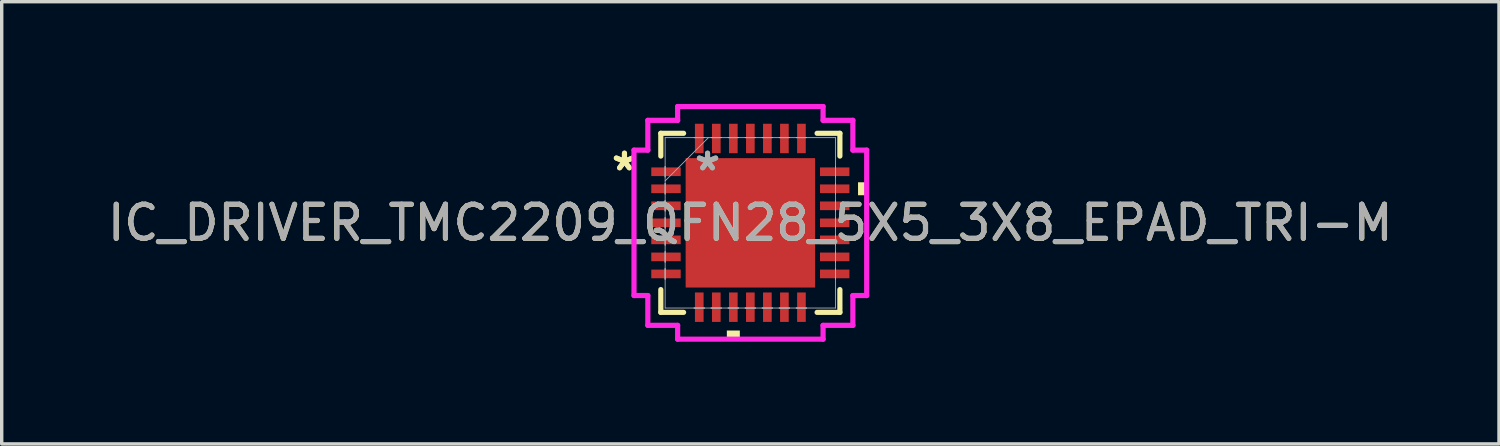
<source format=kicad_pcb>
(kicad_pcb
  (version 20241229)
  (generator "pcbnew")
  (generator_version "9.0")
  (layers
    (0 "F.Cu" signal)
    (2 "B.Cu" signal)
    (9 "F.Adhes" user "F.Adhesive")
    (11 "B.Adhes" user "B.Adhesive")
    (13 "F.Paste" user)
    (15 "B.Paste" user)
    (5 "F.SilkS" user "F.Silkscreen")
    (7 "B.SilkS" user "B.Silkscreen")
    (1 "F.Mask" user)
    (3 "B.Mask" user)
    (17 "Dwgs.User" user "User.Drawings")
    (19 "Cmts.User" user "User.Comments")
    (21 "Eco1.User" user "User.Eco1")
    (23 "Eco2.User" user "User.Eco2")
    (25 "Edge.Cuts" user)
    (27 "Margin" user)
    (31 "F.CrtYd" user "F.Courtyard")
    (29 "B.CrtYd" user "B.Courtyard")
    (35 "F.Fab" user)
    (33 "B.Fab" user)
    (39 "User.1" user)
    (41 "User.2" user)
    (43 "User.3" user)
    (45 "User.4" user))
  (footprint "IC_DRIVER_TMC2209_QFN28_5X5_3X8_EPAD_TRI-M"
    (layer "F.Cu")
    (at 18.982 3.493)
    (property "Reference" "IC_DRIVER_TMC2209_QFN28_5X5_3X8_EPAD_TRI-M" (at 0 0 0) (unlocked yes) (layer "F.SilkS") (effects (font (size 1 1) (thickness 0.15))))
    (attr smd)
    (fp_line (start -2.629 -2.629) (end -2.629 -1.96) (stroke (width 0.152) (type solid)) (layer "F.SilkS"))
    (fp_line (start -2.629 1.96) (end -2.629 2.629) (stroke (width 0.152) (type solid)) (layer "F.SilkS"))
    (fp_line (start -2.629 2.629) (end -1.96 2.629) (stroke (width 0.152) (type solid)) (layer "F.SilkS"))
    (fp_line (start -1.96 -2.629) (end -2.629 -2.629) (stroke (width 0.152) (type solid)) (layer "F.SilkS"))
    (fp_line (start 1.96 2.629) (end 2.629 2.629) (stroke (width 0.152) (type solid)) (layer "F.SilkS"))
    (fp_line (start 2.629 -2.629) (end 1.96 -2.629) (stroke (width 0.152) (type solid)) (layer "F.SilkS"))
    (fp_line (start 2.629 -1.96) (end 2.629 -2.629) (stroke (width 0.152) (type solid)) (layer "F.SilkS"))
    (fp_line (start 2.629 2.629) (end 2.629 1.96) (stroke (width 0.152) (type solid)) (layer "F.SilkS"))
    (fp_poly (pts (xy -0.69 3.162) (xy -0.69 3.416) (xy -0.309 3.416) (xy -0.309 3.162)) (stroke (width 0) (type solid)) (fill yes) (layer "F.SilkS"))
    (fp_poly (pts (xy 3.416 -1.191) (xy 3.416 -0.81) (xy 3.162 -0.81) (xy 3.162 -1.191)) (stroke (width 0) (type solid)) (fill yes) (layer "F.SilkS"))
    (fp_line (start -3.416 -2.135) (end -3.01 -2.135) (stroke (width 0.152) (type solid)) (layer "F.CrtYd"))
    (fp_line (start -3.416 2.135) (end -3.416 -2.135) (stroke (width 0.152) (type solid)) (layer "F.CrtYd"))
    (fp_line (start -3.01 -3.01) (end -2.135 -3.01) (stroke (width 0.152) (type solid)) (layer "F.CrtYd"))
    (fp_line (start -3.01 -2.135) (end -3.01 -3.01) (stroke (width 0.152) (type solid)) (layer "F.CrtYd"))
    (fp_line (start -3.01 2.135) (end -3.416 2.135) (stroke (width 0.152) (type solid)) (layer "F.CrtYd"))
    (fp_line (start -3.01 3.01) (end -3.01 2.135) (stroke (width 0.152) (type solid)) (layer "F.CrtYd"))
    (fp_line (start -2.135 -3.416) (end 2.135 -3.416) (stroke (width 0.152) (type solid)) (layer "F.CrtYd"))
    (fp_line (start -2.135 -3.01) (end -2.135 -3.416) (stroke (width 0.152) (type solid)) (layer "F.CrtYd"))
    (fp_line (start -2.135 3.01) (end -3.01 3.01) (stroke (width 0.152) (type solid)) (layer "F.CrtYd"))
    (fp_line (start -2.135 3.416) (end -2.135 3.01) (stroke (width 0.152) (type solid)) (layer "F.CrtYd"))
    (fp_line (start 2.135 -3.416) (end 2.135 -3.01) (stroke (width 0.152) (type solid)) (layer "F.CrtYd"))
    (fp_line (start 2.135 -3.01) (end 3.01 -3.01) (stroke (width 0.152) (type solid)) (layer "F.CrtYd"))
    (fp_line (start 2.135 3.01) (end 2.135 3.416) (stroke (width 0.152) (type solid)) (layer "F.CrtYd"))
    (fp_line (start 2.135 3.416) (end -2.135 3.416) (stroke (width 0.152) (type solid)) (layer "F.CrtYd"))
    (fp_line (start 3.01 -3.01) (end 3.01 -2.135) (stroke (width 0.152) (type solid)) (layer "F.CrtYd"))
    (fp_line (start 3.01 -2.135) (end 3.416 -2.135) (stroke (width 0.152) (type solid)) (layer "F.CrtYd"))
    (fp_line (start 3.01 2.135) (end 3.01 3.01) (stroke (width 0.152) (type solid)) (layer "F.CrtYd"))
    (fp_line (start 3.01 3.01) (end 2.135 3.01) (stroke (width 0.152) (type solid)) (layer "F.CrtYd"))
    (fp_line (start 3.416 -2.135) (end 3.416 2.135) (stroke (width 0.152) (type solid)) (layer "F.CrtYd"))
    (fp_line (start 3.416 2.135) (end 3.01 2.135) (stroke (width 0.152) (type solid)) (layer "F.CrtYd"))
    (fp_line (start -2.502 -2.502) (end -2.502 2.502) (stroke (width 0.025) (type solid)) (layer "F.Fab"))
    (fp_line (start -2.502 -1.652) (end -2.502 -1.652) (stroke (width 0.025) (type solid)) (layer "F.Fab"))
    (fp_line (start -2.502 -1.652) (end -2.502 -1.348) (stroke (width 0.025) (type solid)) (layer "F.Fab"))
    (fp_line (start -2.502 -1.348) (end -2.502 -1.652) (stroke (width 0.025) (type solid)) (layer "F.Fab"))
    (fp_line (start -2.502 -1.348) (end -2.502 -1.348) (stroke (width 0.025) (type solid)) (layer "F.Fab"))
    (fp_line (start -2.502 -1.232) (end -1.232 -2.502) (stroke (width 0.025) (type solid)) (layer "F.Fab"))
    (fp_line (start -2.502 -1.152) (end -2.502 -1.152) (stroke (width 0.025) (type solid)) (layer "F.Fab"))
    (fp_line (start -2.502 -1.152) (end -2.502 -0.848) (stroke (width 0.025) (type solid)) (layer "F.Fab"))
    (fp_line (start -2.502 -0.848) (end -2.502 -1.152) (stroke (width 0.025) (type solid)) (layer "F.Fab"))
    (fp_line (start -2.502 -0.848) (end -2.502 -0.848) (stroke (width 0.025) (type solid)) (layer "F.Fab"))
    (fp_line (start -2.502 -0.652) (end -2.502 -0.652) (stroke (width 0.025) (type solid)) (layer "F.Fab"))
    (fp_line (start -2.502 -0.652) (end -2.502 -0.348) (stroke (width 0.025) (type solid)) (layer "F.Fab"))
    (fp_line (start -2.502 -0.348) (end -2.502 -0.652) (stroke (width 0.025) (type solid)) (layer "F.Fab"))
    (fp_line (start -2.502 -0.348) (end -2.502 -0.348) (stroke (width 0.025) (type solid)) (layer "F.Fab"))
    (fp_line (start -2.502 -0.152) (end -2.502 -0.152) (stroke (width 0.025) (type solid)) (layer "F.Fab"))
    (fp_line (start -2.502 -0.152) (end -2.502 0.152) (stroke (width 0.025) (type solid)) (layer "F.Fab"))
    (fp_line (start -2.502 0.152) (end -2.502 -0.152) (stroke (width 0.025) (type solid)) (layer "F.Fab"))
    (fp_line (start -2.502 0.152) (end -2.502 0.152) (stroke (width 0.025) (type solid)) (layer "F.Fab"))
    (fp_line (start -2.502 0.348) (end -2.502 0.348) (stroke (width 0.025) (type solid)) (layer "F.Fab"))
    (fp_line (start -2.502 0.348) (end -2.502 0.652) (stroke (width 0.025) (type solid)) (layer "F.Fab"))
    (fp_line (start -2.502 0.652) (end -2.502 0.348) (stroke (width 0.025) (type solid)) (layer "F.Fab"))
    (fp_line (start -2.502 0.652) (end -2.502 0.652) (stroke (width 0.025) (type solid)) (layer "F.Fab"))
    (fp_line (start -2.502 0.848) (end -2.502 0.848) (stroke (width 0.025) (type solid)) (layer "F.Fab"))
    (fp_line (start -2.502 0.848) (end -2.502 1.152) (stroke (width 0.025) (type solid)) (layer "F.Fab"))
    (fp_line (start -2.502 1.152) (end -2.502 0.848) (stroke (width 0.025) (type solid)) (layer "F.Fab"))
    (fp_line (start -2.502 1.152) (end -2.502 1.152) (stroke (width 0.025) (type solid)) (layer "F.Fab"))
    (fp_line (start -2.502 1.348) (end -2.502 1.348) (stroke (width 0.025) (type solid)) (layer "F.Fab"))
    (fp_line (start -2.502 1.348) (end -2.502 1.652) (stroke (width 0.025) (type solid)) (layer "F.Fab"))
    (fp_line (start -2.502 1.652) (end -2.502 1.348) (stroke (width 0.025) (type solid)) (layer "F.Fab"))
    (fp_line (start -2.502 1.652) (end -2.502 1.652) (stroke (width 0.025) (type solid)) (layer "F.Fab"))
    (fp_line (start -2.502 2.502) (end 2.502 2.502) (stroke (width 0.025) (type solid)) (layer "F.Fab"))
    (fp_line (start -1.652 -2.502) (end -1.652 -2.502) (stroke (width 0.025) (type solid)) (layer "F.Fab"))
    (fp_line (start -1.652 -2.502) (end -1.348 -2.502) (stroke (width 0.025) (type solid)) (layer "F.Fab"))
    (fp_line (start -1.652 2.502) (end -1.652 2.502) (stroke (width 0.025) (type solid)) (layer "F.Fab"))
    (fp_line (start -1.652 2.502) (end -1.348 2.502) (stroke (width 0.025) (type solid)) (layer "F.Fab"))
    (fp_line (start -1.348 -2.502) (end -1.652 -2.502) (stroke (width 0.025) (type solid)) (layer "F.Fab"))
    (fp_line (start -1.348 -2.502) (end -1.348 -2.502) (stroke (width 0.025) (type solid)) (layer "F.Fab"))
    (fp_line (start -1.348 2.502) (end -1.652 2.502) (stroke (width 0.025) (type solid)) (layer "F.Fab"))
    (fp_line (start -1.348 2.502) (end -1.348 2.502) (stroke (width 0.025) (type solid)) (layer "F.Fab"))
    (fp_line (start -1.152 -2.502) (end -1.152 -2.502) (stroke (width 0.025) (type solid)) (layer "F.Fab"))
    (fp_line (start -1.152 -2.502) (end -0.848 -2.502) (stroke (width 0.025) (type solid)) (layer "F.Fab"))
    (fp_line (start -1.152 2.502) (end -1.152 2.502) (stroke (width 0.025) (type solid)) (layer "F.Fab"))
    (fp_line (start -1.152 2.502) (end -0.848 2.502) (stroke (width 0.025) (type solid)) (layer "F.Fab"))
    (fp_line (start -0.848 -2.502) (end -1.152 -2.502) (stroke (width 0.025) (type solid)) (layer "F.Fab"))
    (fp_line (start -0.848 -2.502) (end -0.848 -2.502) (stroke (width 0.025) (type solid)) (layer "F.Fab"))
    (fp_line (start -0.848 2.502) (end -1.152 2.502) (stroke (width 0.025) (type solid)) (layer "F.Fab"))
    (fp_line (start -0.848 2.502) (end -0.848 2.502) (stroke (width 0.025) (type solid)) (layer "F.Fab"))
    (fp_line (start -0.652 -2.502) (end -0.652 -2.502) (stroke (width 0.025) (type solid)) (layer "F.Fab"))
    (fp_line (start -0.652 -2.502) (end -0.348 -2.502) (stroke (width 0.025) (type solid)) (layer "F.Fab"))
    (fp_line (start -0.652 2.502) (end -0.652 2.502) (stroke (width 0.025) (type solid)) (layer "F.Fab"))
    (fp_line (start -0.652 2.502) (end -0.348 2.502) (stroke (width 0.025) (type solid)) (layer "F.Fab"))
    (fp_line (start -0.348 -2.502) (end -0.652 -2.502) (stroke (width 0.025) (type solid)) (layer "F.Fab"))
    (fp_line (start -0.348 -2.502) (end -0.348 -2.502) (stroke (width 0.025) (type solid)) (layer "F.Fab"))
    (fp_line (start -0.348 2.502) (end -0.652 2.502) (stroke (width 0.025) (type solid)) (layer "F.Fab"))
    (fp_line (start -0.348 2.502) (end -0.348 2.502) (stroke (width 0.025) (type solid)) (layer "F.Fab"))
    (fp_line (start -0.152 -2.502) (end -0.152 -2.502) (stroke (width 0.025) (type solid)) (layer "F.Fab"))
    (fp_line (start -0.152 -2.502) (end 0.152 -2.502) (stroke (width 0.025) (type solid)) (layer "F.Fab"))
    (fp_line (start -0.152 2.502) (end -0.152 2.502) (stroke (width 0.025) (type solid)) (layer "F.Fab"))
    (fp_line (start -0.152 2.502) (end 0.152 2.502) (stroke (width 0.025) (type solid)) (layer "F.Fab"))
    (fp_line (start 0.152 -2.502) (end -0.152 -2.502) (stroke (width 0.025) (type solid)) (layer "F.Fab"))
    (fp_line (start 0.152 -2.502) (end 0.152 -2.502) (stroke (width 0.025) (type solid)) (layer "F.Fab"))
    (fp_line (start 0.152 2.502) (end -0.152 2.502) (stroke (width 0.025) (type solid)) (layer "F.Fab"))
    (fp_line (start 0.152 2.502) (end 0.152 2.502) (stroke (width 0.025) (type solid)) (layer "F.Fab"))
    (fp_line (start 0.348 -2.502) (end 0.348 -2.502) (stroke (width 0.025) (type solid)) (layer "F.Fab"))
    (fp_line (start 0.348 -2.502) (end 0.652 -2.502) (stroke (width 0.025) (type solid)) (layer "F.Fab"))
    (fp_line (start 0.348 2.502) (end 0.348 2.502) (stroke (width 0.025) (type solid)) (layer "F.Fab"))
    (fp_line (start 0.348 2.502) (end 0.652 2.502) (stroke (width 0.025) (type solid)) (layer "F.Fab"))
    (fp_line (start 0.652 -2.502) (end 0.348 -2.502) (stroke (width 0.025) (type solid)) (layer "F.Fab"))
    (fp_line (start 0.652 -2.502) (end 0.652 -2.502) (stroke (width 0.025) (type solid)) (layer "F.Fab"))
    (fp_line (start 0.652 2.502) (end 0.348 2.502) (stroke (width 0.025) (type solid)) (layer "F.Fab"))
    (fp_line (start 0.652 2.502) (end 0.652 2.502) (stroke (width 0.025) (type solid)) (layer "F.Fab"))
    (fp_line (start 0.848 -2.502) (end 0.848 -2.502) (stroke (width 0.025) (type solid)) (layer "F.Fab"))
    (fp_line (start 0.848 -2.502) (end 1.152 -2.502) (stroke (width 0.025) (type solid)) (layer "F.Fab"))
    (fp_line (start 0.848 2.502) (end 0.848 2.502) (stroke (width 0.025) (type solid)) (layer "F.Fab"))
    (fp_line (start 0.848 2.502) (end 1.152 2.502) (stroke (width 0.025) (type solid)) (layer "F.Fab"))
    (fp_line (start 1.152 -2.502) (end 0.848 -2.502) (stroke (width 0.025) (type solid)) (layer "F.Fab"))
    (fp_line (start 1.152 -2.502) (end 1.152 -2.502) (stroke (width 0.025) (type solid)) (layer "F.Fab"))
    (fp_line (start 1.152 2.502) (end 0.848 2.502) (stroke (width 0.025) (type solid)) (layer "F.Fab"))
    (fp_line (start 1.152 2.502) (end 1.152 2.502) (stroke (width 0.025) (type solid)) (layer "F.Fab"))
    (fp_line (start 1.348 -2.502) (end 1.348 -2.502) (stroke (width 0.025) (type solid)) (layer "F.Fab"))
    (fp_line (start 1.348 -2.502) (end 1.652 -2.502) (stroke (width 0.025) (type solid)) (layer "F.Fab"))
    (fp_line (start 1.348 2.502) (end 1.348 2.502) (stroke (width 0.025) (type solid)) (layer "F.Fab"))
    (fp_line (start 1.348 2.502) (end 1.652 2.502) (stroke (width 0.025) (type solid)) (layer "F.Fab"))
    (fp_line (start 1.652 -2.502) (end 1.348 -2.502) (stroke (width 0.025) (type solid)) (layer "F.Fab"))
    (fp_line (start 1.652 -2.502) (end 1.652 -2.502) (stroke (width 0.025) (type solid)) (layer "F.Fab"))
    (fp_line (start 1.652 2.502) (end 1.348 2.502) (stroke (width 0.025) (type solid)) (layer "F.Fab"))
    (fp_line (start 1.652 2.502) (end 1.652 2.502) (stroke (width 0.025) (type solid)) (layer "F.Fab"))
    (fp_line (start 2.502 -2.502) (end -2.502 -2.502) (stroke (width 0.025) (type solid)) (layer "F.Fab"))
    (fp_line (start 2.502 -1.652) (end 2.502 -1.652) (stroke (width 0.025) (type solid)) (layer "F.Fab"))
    (fp_line (start 2.502 -1.652) (end 2.502 -1.348) (stroke (width 0.025) (type solid)) (layer "F.Fab"))
    (fp_line (start 2.502 -1.348) (end 2.502 -1.652) (stroke (width 0.025) (type solid)) (layer "F.Fab"))
    (fp_line (start 2.502 -1.348) (end 2.502 -1.348) (stroke (width 0.025) (type solid)) (layer "F.Fab"))
    (fp_line (start 2.502 -1.152) (end 2.502 -1.152) (stroke (width 0.025) (type solid)) (layer "F.Fab"))
    (fp_line (start 2.502 -1.152) (end 2.502 -0.848) (stroke (width 0.025) (type solid)) (layer "F.Fab"))
    (fp_line (start 2.502 -0.848) (end 2.502 -1.152) (stroke (width 0.025) (type solid)) (layer "F.Fab"))
    (fp_line (start 2.502 -0.848) (end 2.502 -0.848) (stroke (width 0.025) (type solid)) (layer "F.Fab"))
    (fp_line (start 2.502 -0.652) (end 2.502 -0.652) (stroke (width 0.025) (type solid)) (layer "F.Fab"))
    (fp_line (start 2.502 -0.652) (end 2.502 -0.348) (stroke (width 0.025) (type solid)) (layer "F.Fab"))
    (fp_line (start 2.502 -0.348) (end 2.502 -0.652) (stroke (width 0.025) (type solid)) (layer "F.Fab"))
    (fp_line (start 2.502 -0.348) (end 2.502 -0.348) (stroke (width 0.025) (type solid)) (layer "F.Fab"))
    (fp_line (start 2.502 -0.152) (end 2.502 -0.152) (stroke (width 0.025) (type solid)) (layer "F.Fab"))
    (fp_line (start 2.502 -0.152) (end 2.502 0.152) (stroke (width 0.025) (type solid)) (layer "F.Fab"))
    (fp_line (start 2.502 0.152) (end 2.502 -0.152) (stroke (width 0.025) (type solid)) (layer "F.Fab"))
    (fp_line (start 2.502 0.152) (end 2.502 0.152) (stroke (width 0.025) (type solid)) (layer "F.Fab"))
    (fp_line (start 2.502 0.348) (end 2.502 0.348) (stroke (width 0.025) (type solid)) (layer "F.Fab"))
    (fp_line (start 2.502 0.348) (end 2.502 0.652) (stroke (width 0.025) (type solid)) (layer "F.Fab"))
    (fp_line (start 2.502 0.652) (end 2.502 0.348) (stroke (width 0.025) (type solid)) (layer "F.Fab"))
    (fp_line (start 2.502 0.652) (end 2.502 0.652) (stroke (width 0.025) (type solid)) (layer "F.Fab"))
    (fp_line (start 2.502 0.848) (end 2.502 0.848) (stroke (width 0.025) (type solid)) (layer "F.Fab"))
    (fp_line (start 2.502 0.848) (end 2.502 1.152) (stroke (width 0.025) (type solid)) (layer "F.Fab"))
    (fp_line (start 2.502 1.152) (end 2.502 0.848) (stroke (width 0.025) (type solid)) (layer "F.Fab"))
    (fp_line (start 2.502 1.152) (end 2.502 1.152) (stroke (width 0.025) (type solid)) (layer "F.Fab"))
    (fp_line (start 2.502 1.348) (end 2.502 1.348) (stroke (width 0.025) (type solid)) (layer "F.Fab"))
    (fp_line (start 2.502 1.348) (end 2.502 1.652) (stroke (width 0.025) (type solid)) (layer "F.Fab"))
    (fp_line (start 2.502 1.652) (end 2.502 1.348) (stroke (width 0.025) (type solid)) (layer "F.Fab"))
    (fp_line (start 2.502 1.652) (end 2.502 1.652) (stroke (width 0.025) (type solid)) (layer "F.Fab"))
    (fp_line (start 2.502 2.502) (end 2.502 -2.502) (stroke (width 0.025) (type solid)) (layer "F.Fab"))
    (fp_text user "*" (at -3.696 -1.5 0) (unlocked yes) (layer "F.SilkS") (effects (font (size 1 1) (thickness 0.15))))
    (fp_text user "*" (at -3.696 -1.5 0) (layer "F.SilkS") (effects (font (size 1 1) (thickness 0.15))))
    (fp_text user "${REFERENCE}" (at 0 0 0) (unlocked yes) (layer "F.Fab") (effects (font (size 1 1) (thickness 0.15))))
    (fp_text user "*" (at -1.257 -1.5 0) (unlocked yes) (layer "F.Fab") (effects (font (size 1 1) (thickness 0.15))))
    (fp_text user "*" (at -1.257 -1.5 0) (layer "F.Fab") (effects (font (size 1 1) (thickness 0.15))))
    (pad "1" smd rect (at -2.477 -1.5 90) (size 0.254 0.864) (layers "F.Cu" "F.Mask" "F.Paste"))
    (pad "2" smd rect (at -2.477 -1 90) (size 0.254 0.864) (layers "F.Cu" "F.Mask" "F.Paste"))
    (pad "3" smd rect (at -2.477 -0.5 90) (size 0.254 0.864) (layers "F.Cu" "F.Mask" "F.Paste"))
    (pad "4" smd rect (at -2.477 0 90) (size 0.254 0.864) (layers "F.Cu" "F.Mask" "F.Paste"))
    (pad "5" smd rect (at -2.477 0.5 90) (size 0.254 0.864) (layers "F.Cu" "F.Mask" "F.Paste"))
    (pad "6" smd rect (at -2.477 1 90) (size 0.254 0.864) (layers "F.Cu" "F.Mask" "F.Paste"))
    (pad "7" smd rect (at -2.477 1.5 90) (size 0.254 0.864) (layers "F.Cu" "F.Mask" "F.Paste"))
    (pad "8" smd rect (at -1.5 2.477) (size 0.254 0.864) (layers "F.Cu" "F.Mask" "F.Paste"))
    (pad "9" smd rect (at -1 2.477) (size 0.254 0.864) (layers "F.Cu" "F.Mask" "F.Paste"))
    (pad "10" smd rect (at -0.5 2.477) (size 0.254 0.864) (layers "F.Cu" "F.Mask" "F.Paste"))
    (pad "11" smd rect (at 0 2.477) (size 0.254 0.864) (layers "F.Cu" "F.Mask" "F.Paste"))
    (pad "12" smd rect (at 0.5 2.477) (size 0.254 0.864) (layers "F.Cu" "F.Mask" "F.Paste"))
    (pad "13" smd rect (at 1 2.477) (size 0.254 0.864) (layers "F.Cu" "F.Mask" "F.Paste"))
    (pad "14" smd rect (at 1.5 2.477) (size 0.254 0.864) (layers "F.Cu" "F.Mask" "F.Paste"))
    (pad "15" smd rect (at 2.477 1.5 90) (size 0.254 0.864) (layers "F.Cu" "F.Mask" "F.Paste"))
    (pad "16" smd rect (at 2.477 1 90) (size 0.254 0.864) (layers "F.Cu" "F.Mask" "F.Paste"))
    (pad "17" smd rect (at 2.477 0.5 90) (size 0.254 0.864) (layers "F.Cu" "F.Mask" "F.Paste"))
    (pad "18" smd rect (at 2.477 0 90) (size 0.254 0.864) (layers "F.Cu" "F.Mask" "F.Paste"))
    (pad "19" smd rect (at 2.477 -0.5 90) (size 0.254 0.864) (layers "F.Cu" "F.Mask" "F.Paste"))
    (pad "20" smd rect (at 2.477 -1 90) (size 0.254 0.864) (layers "F.Cu" "F.Mask" "F.Paste"))
    (pad "21" smd rect (at 2.477 -1.5 90) (size 0.254 0.864) (layers "F.Cu" "F.Mask" "F.Paste"))
    (pad "22" smd rect (at 1.5 -2.477) (size 0.254 0.864) (layers "F.Cu" "F.Mask" "F.Paste"))
    (pad "23" smd rect (at 1 -2.477) (size 0.254 0.864) (layers "F.Cu" "F.Mask" "F.Paste"))
    (pad "24" smd rect (at 0.5 -2.477) (size 0.254 0.864) (layers "F.Cu" "F.Mask" "F.Paste"))
    (pad "25" smd rect (at 0 -2.477) (size 0.254 0.864) (layers "F.Cu" "F.Mask" "F.Paste"))
    (pad "26" smd rect (at -0.5 -2.477) (size 0.254 0.864) (layers "F.Cu" "F.Mask" "F.Paste"))
    (pad "27" smd rect (at -1 -2.477) (size 0.254 0.864) (layers "F.Cu" "F.Mask" "F.Paste"))
    (pad "28" smd rect (at -1.5 -2.477) (size 0.254 0.864) (layers "F.Cu" "F.Mask" "F.Paste"))
    (pad "29" smd rect (at 0 0) (size 3.8 3.8) (layers "F.Cu" "F.Mask" "F.Paste")))
  (gr_rect
    (start -3 -3)
    (end 40.964 9.985)
    (stroke (width 0.1) (type default))
    (fill no)
    (layer "Edge.Cuts")))
</source>
